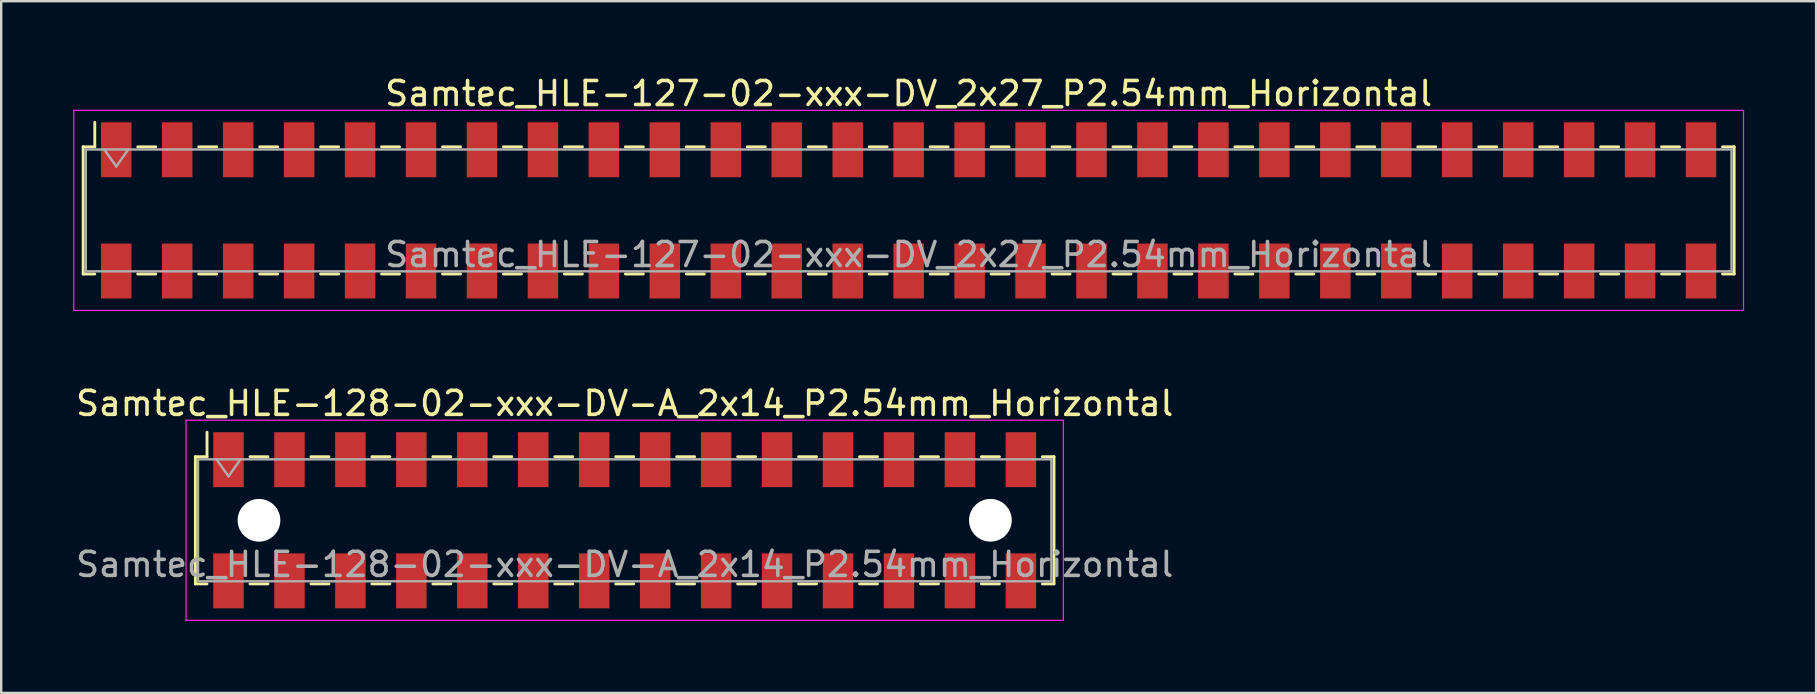
<source format=kicad_pcb>
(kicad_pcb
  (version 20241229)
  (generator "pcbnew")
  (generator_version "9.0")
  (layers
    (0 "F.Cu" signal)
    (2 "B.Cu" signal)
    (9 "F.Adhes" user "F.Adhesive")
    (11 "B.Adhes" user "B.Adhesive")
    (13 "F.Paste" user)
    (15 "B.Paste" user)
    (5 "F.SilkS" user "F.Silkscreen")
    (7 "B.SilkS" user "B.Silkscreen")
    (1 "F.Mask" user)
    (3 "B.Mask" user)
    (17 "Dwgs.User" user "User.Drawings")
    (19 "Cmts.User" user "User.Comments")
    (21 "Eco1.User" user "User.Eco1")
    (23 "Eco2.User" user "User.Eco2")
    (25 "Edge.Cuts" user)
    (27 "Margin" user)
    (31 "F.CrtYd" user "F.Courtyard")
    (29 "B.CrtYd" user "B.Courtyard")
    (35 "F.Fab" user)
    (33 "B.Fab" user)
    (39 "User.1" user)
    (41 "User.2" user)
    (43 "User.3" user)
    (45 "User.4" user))
  (footprint "Samtec_HLE-127-02-xxx-DV_2x27_P2.54mm_Horizontal"
    (layer "F.Cu")
    (at 34.815 5.718)
    (property "Reference" "Samtec_HLE-127-02-xxx-DV_2x27_P2.54mm_Horizontal" (at 0 -4.87 0) (layer "F.SilkS") (effects (font (size 1 1) (thickness 0.15))))
    (attr smd)
    (fp_line (start -34.4 -2.65) (end -34.4 2.65) (stroke (width 0.12) (type solid)) (layer "F.SilkS"))
    (fp_line (start -34.4 2.65) (end -33.915 2.65) (stroke (width 0.12) (type solid)) (layer "F.SilkS"))
    (fp_line (start -33.915 -3.67) (end -33.915 -2.65) (stroke (width 0.12) (type solid)) (layer "F.SilkS"))
    (fp_line (start -33.915 -2.65) (end -34.4 -2.65) (stroke (width 0.12) (type solid)) (layer "F.SilkS"))
    (fp_line (start -32.125 -2.65) (end -31.375 -2.65) (stroke (width 0.12) (type solid)) (layer "F.SilkS"))
    (fp_line (start -32.125 2.65) (end -31.375 2.65) (stroke (width 0.12) (type solid)) (layer "F.SilkS"))
    (fp_line (start -29.585 -2.65) (end -28.835 -2.65) (stroke (width 0.12) (type solid)) (layer "F.SilkS"))
    (fp_line (start -29.585 2.65) (end -28.835 2.65) (stroke (width 0.12) (type solid)) (layer "F.SilkS"))
    (fp_line (start -27.045 -2.65) (end -26.295 -2.65) (stroke (width 0.12) (type solid)) (layer "F.SilkS"))
    (fp_line (start -27.045 2.65) (end -26.295 2.65) (stroke (width 0.12) (type solid)) (layer "F.SilkS"))
    (fp_line (start -24.505 -2.65) (end -23.755 -2.65) (stroke (width 0.12) (type solid)) (layer "F.SilkS"))
    (fp_line (start -24.505 2.65) (end -23.755 2.65) (stroke (width 0.12) (type solid)) (layer "F.SilkS"))
    (fp_line (start -21.965 -2.65) (end -21.215 -2.65) (stroke (width 0.12) (type solid)) (layer "F.SilkS"))
    (fp_line (start -21.965 2.65) (end -21.215 2.65) (stroke (width 0.12) (type solid)) (layer "F.SilkS"))
    (fp_line (start -19.425 -2.65) (end -18.675 -2.65) (stroke (width 0.12) (type solid)) (layer "F.SilkS"))
    (fp_line (start -19.425 2.65) (end -18.675 2.65) (stroke (width 0.12) (type solid)) (layer "F.SilkS"))
    (fp_line (start -16.885 -2.65) (end -16.135 -2.65) (stroke (width 0.12) (type solid)) (layer "F.SilkS"))
    (fp_line (start -16.885 2.65) (end -16.135 2.65) (stroke (width 0.12) (type solid)) (layer "F.SilkS"))
    (fp_line (start -14.345 -2.65) (end -13.595 -2.65) (stroke (width 0.12) (type solid)) (layer "F.SilkS"))
    (fp_line (start -14.345 2.65) (end -13.595 2.65) (stroke (width 0.12) (type solid)) (layer "F.SilkS"))
    (fp_line (start -11.805 -2.65) (end -11.055 -2.65) (stroke (width 0.12) (type solid)) (layer "F.SilkS"))
    (fp_line (start -11.805 2.65) (end -11.055 2.65) (stroke (width 0.12) (type solid)) (layer "F.SilkS"))
    (fp_line (start -9.265 -2.65) (end -8.515 -2.65) (stroke (width 0.12) (type solid)) (layer "F.SilkS"))
    (fp_line (start -9.265 2.65) (end -8.515 2.65) (stroke (width 0.12) (type solid)) (layer "F.SilkS"))
    (fp_line (start -6.725 -2.65) (end -5.975 -2.65) (stroke (width 0.12) (type solid)) (layer "F.SilkS"))
    (fp_line (start -6.725 2.65) (end -5.975 2.65) (stroke (width 0.12) (type solid)) (layer "F.SilkS"))
    (fp_line (start -4.185 -2.65) (end -3.435 -2.65) (stroke (width 0.12) (type solid)) (layer "F.SilkS"))
    (fp_line (start -4.185 2.65) (end -3.435 2.65) (stroke (width 0.12) (type solid)) (layer "F.SilkS"))
    (fp_line (start -1.645 -2.65) (end -0.895 -2.65) (stroke (width 0.12) (type solid)) (layer "F.SilkS"))
    (fp_line (start -1.645 2.65) (end -0.895 2.65) (stroke (width 0.12) (type solid)) (layer "F.SilkS"))
    (fp_line (start 0.895 -2.65) (end 1.645 -2.65) (stroke (width 0.12) (type solid)) (layer "F.SilkS"))
    (fp_line (start 0.895 2.65) (end 1.645 2.65) (stroke (width 0.12) (type solid)) (layer "F.SilkS"))
    (fp_line (start 3.435 -2.65) (end 4.185 -2.65) (stroke (width 0.12) (type solid)) (layer "F.SilkS"))
    (fp_line (start 3.435 2.65) (end 4.185 2.65) (stroke (width 0.12) (type solid)) (layer "F.SilkS"))
    (fp_line (start 5.975 -2.65) (end 6.725 -2.65) (stroke (width 0.12) (type solid)) (layer "F.SilkS"))
    (fp_line (start 5.975 2.65) (end 6.725 2.65) (stroke (width 0.12) (type solid)) (layer "F.SilkS"))
    (fp_line (start 8.515 -2.65) (end 9.265 -2.65) (stroke (width 0.12) (type solid)) (layer "F.SilkS"))
    (fp_line (start 8.515 2.65) (end 9.265 2.65) (stroke (width 0.12) (type solid)) (layer "F.SilkS"))
    (fp_line (start 11.055 -2.65) (end 11.805 -2.65) (stroke (width 0.12) (type solid)) (layer "F.SilkS"))
    (fp_line (start 11.055 2.65) (end 11.805 2.65) (stroke (width 0.12) (type solid)) (layer "F.SilkS"))
    (fp_line (start 13.595 -2.65) (end 14.345 -2.65) (stroke (width 0.12) (type solid)) (layer "F.SilkS"))
    (fp_line (start 13.595 2.65) (end 14.345 2.65) (stroke (width 0.12) (type solid)) (layer "F.SilkS"))
    (fp_line (start 16.135 -2.65) (end 16.885 -2.65) (stroke (width 0.12) (type solid)) (layer "F.SilkS"))
    (fp_line (start 16.135 2.65) (end 16.885 2.65) (stroke (width 0.12) (type solid)) (layer "F.SilkS"))
    (fp_line (start 18.675 -2.65) (end 19.425 -2.65) (stroke (width 0.12) (type solid)) (layer "F.SilkS"))
    (fp_line (start 18.675 2.65) (end 19.425 2.65) (stroke (width 0.12) (type solid)) (layer "F.SilkS"))
    (fp_line (start 21.215 -2.65) (end 21.965 -2.65) (stroke (width 0.12) (type solid)) (layer "F.SilkS"))
    (fp_line (start 21.215 2.65) (end 21.965 2.65) (stroke (width 0.12) (type solid)) (layer "F.SilkS"))
    (fp_line (start 23.755 -2.65) (end 24.505 -2.65) (stroke (width 0.12) (type solid)) (layer "F.SilkS"))
    (fp_line (start 23.755 2.65) (end 24.505 2.65) (stroke (width 0.12) (type solid)) (layer "F.SilkS"))
    (fp_line (start 26.295 -2.65) (end 27.045 -2.65) (stroke (width 0.12) (type solid)) (layer "F.SilkS"))
    (fp_line (start 26.295 2.65) (end 27.045 2.65) (stroke (width 0.12) (type solid)) (layer "F.SilkS"))
    (fp_line (start 28.835 -2.65) (end 29.585 -2.65) (stroke (width 0.12) (type solid)) (layer "F.SilkS"))
    (fp_line (start 28.835 2.65) (end 29.585 2.65) (stroke (width 0.12) (type solid)) (layer "F.SilkS"))
    (fp_line (start 31.375 -2.65) (end 32.125 -2.65) (stroke (width 0.12) (type solid)) (layer "F.SilkS"))
    (fp_line (start 31.375 2.65) (end 32.125 2.65) (stroke (width 0.12) (type solid)) (layer "F.SilkS"))
    (fp_line (start 33.915 -2.65) (end 34.4 -2.65) (stroke (width 0.12) (type solid)) (layer "F.SilkS"))
    (fp_line (start 34.4 -2.65) (end 34.4 2.65) (stroke (width 0.12) (type solid)) (layer "F.SilkS"))
    (fp_line (start 34.4 2.65) (end 33.915 2.65) (stroke (width 0.12) (type solid)) (layer "F.SilkS"))
    (fp_line (start -34.79 -4.17) (end 34.79 -4.17) (stroke (width 0.05) (type solid)) (layer "F.CrtYd"))
    (fp_line (start -34.79 4.17) (end -34.79 -4.17) (stroke (width 0.05) (type solid)) (layer "F.CrtYd"))
    (fp_line (start 34.79 -4.17) (end 34.79 4.17) (stroke (width 0.05) (type solid)) (layer "F.CrtYd"))
    (fp_line (start 34.79 4.17) (end -34.79 4.17) (stroke (width 0.05) (type solid)) (layer "F.CrtYd"))
    (fp_line (start -34.29 -2.54) (end 34.29 -2.54) (stroke (width 0.1) (type solid)) (layer "F.Fab"))
    (fp_line (start -34.29 2.54) (end -34.29 -2.54) (stroke (width 0.1) (type solid)) (layer "F.Fab"))
    (fp_line (start -33.52 -2.54) (end -33.02 -1.833) (stroke (width 0.1) (type solid)) (layer "F.Fab"))
    (fp_line (start -33.02 -1.833) (end -32.52 -2.54) (stroke (width 0.1) (type solid)) (layer "F.Fab"))
    (fp_line (start 34.29 -2.54) (end 34.29 2.54) (stroke (width 0.1) (type solid)) (layer "F.Fab"))
    (fp_line (start 34.29 2.54) (end -34.29 2.54) (stroke (width 0.1) (type solid)) (layer "F.Fab"))
    (fp_text user "${REFERENCE}" (at 0 1.84 0) (layer "F.Fab") (effects (font (size 1 1) (thickness 0.15))))
    (pad "1" smd rect (at -33.02 -2.525) (size 1.27 2.29) (layers "F.Cu" "F.Mask" "F.Paste"))
    (pad "2" smd rect (at -33.02 2.525) (size 1.27 2.29) (layers "F.Cu" "F.Mask" "F.Paste"))
    (pad "3" smd rect (at -30.48 -2.525) (size 1.27 2.29) (layers "F.Cu" "F.Mask" "F.Paste"))
    (pad "4" smd rect (at -30.48 2.525) (size 1.27 2.29) (layers "F.Cu" "F.Mask" "F.Paste"))
    (pad "5" smd rect (at -27.94 -2.525) (size 1.27 2.29) (layers "F.Cu" "F.Mask" "F.Paste"))
    (pad "6" smd rect (at -27.94 2.525) (size 1.27 2.29) (layers "F.Cu" "F.Mask" "F.Paste"))
    (pad "7" smd rect (at -25.4 -2.525) (size 1.27 2.29) (layers "F.Cu" "F.Mask" "F.Paste"))
    (pad "8" smd rect (at -25.4 2.525) (size 1.27 2.29) (layers "F.Cu" "F.Mask" "F.Paste"))
    (pad "9" smd rect (at -22.86 -2.525) (size 1.27 2.29) (layers "F.Cu" "F.Mask" "F.Paste"))
    (pad "10" smd rect (at -22.86 2.525) (size 1.27 2.29) (layers "F.Cu" "F.Mask" "F.Paste"))
    (pad "11" smd rect (at -20.32 -2.525) (size 1.27 2.29) (layers "F.Cu" "F.Mask" "F.Paste"))
    (pad "12" smd rect (at -20.32 2.525) (size 1.27 2.29) (layers "F.Cu" "F.Mask" "F.Paste"))
    (pad "13" smd rect (at -17.78 -2.525) (size 1.27 2.29) (layers "F.Cu" "F.Mask" "F.Paste"))
    (pad "14" smd rect (at -17.78 2.525) (size 1.27 2.29) (layers "F.Cu" "F.Mask" "F.Paste"))
    (pad "15" smd rect (at -15.24 -2.525) (size 1.27 2.29) (layers "F.Cu" "F.Mask" "F.Paste"))
    (pad "16" smd rect (at -15.24 2.525) (size 1.27 2.29) (layers "F.Cu" "F.Mask" "F.Paste"))
    (pad "17" smd rect (at -12.7 -2.525) (size 1.27 2.29) (layers "F.Cu" "F.Mask" "F.Paste"))
    (pad "18" smd rect (at -12.7 2.525) (size 1.27 2.29) (layers "F.Cu" "F.Mask" "F.Paste"))
    (pad "19" smd rect (at -10.16 -2.525) (size 1.27 2.29) (layers "F.Cu" "F.Mask" "F.Paste"))
    (pad "20" smd rect (at -10.16 2.525) (size 1.27 2.29) (layers "F.Cu" "F.Mask" "F.Paste"))
    (pad "21" smd rect (at -7.62 -2.525) (size 1.27 2.29) (layers "F.Cu" "F.Mask" "F.Paste"))
    (pad "22" smd rect (at -7.62 2.525) (size 1.27 2.29) (layers "F.Cu" "F.Mask" "F.Paste"))
    (pad "23" smd rect (at -5.08 -2.525) (size 1.27 2.29) (layers "F.Cu" "F.Mask" "F.Paste"))
    (pad "24" smd rect (at -5.08 2.525) (size 1.27 2.29) (layers "F.Cu" "F.Mask" "F.Paste"))
    (pad "25" smd rect (at -2.54 -2.525) (size 1.27 2.29) (layers "F.Cu" "F.Mask" "F.Paste"))
    (pad "26" smd rect (at -2.54 2.525) (size 1.27 2.29) (layers "F.Cu" "F.Mask" "F.Paste"))
    (pad "27" smd rect (at 0 -2.525) (size 1.27 2.29) (layers "F.Cu" "F.Mask" "F.Paste"))
    (pad "28" smd rect (at 0 2.525) (size 1.27 2.29) (layers "F.Cu" "F.Mask" "F.Paste"))
    (pad "29" smd rect (at 2.54 -2.525) (size 1.27 2.29) (layers "F.Cu" "F.Mask" "F.Paste"))
    (pad "30" smd rect (at 2.54 2.525) (size 1.27 2.29) (layers "F.Cu" "F.Mask" "F.Paste"))
    (pad "31" smd rect (at 5.08 -2.525) (size 1.27 2.29) (layers "F.Cu" "F.Mask" "F.Paste"))
    (pad "32" smd rect (at 5.08 2.525) (size 1.27 2.29) (layers "F.Cu" "F.Mask" "F.Paste"))
    (pad "33" smd rect (at 7.62 -2.525) (size 1.27 2.29) (layers "F.Cu" "F.Mask" "F.Paste"))
    (pad "34" smd rect (at 7.62 2.525) (size 1.27 2.29) (layers "F.Cu" "F.Mask" "F.Paste"))
    (pad "35" smd rect (at 10.16 -2.525) (size 1.27 2.29) (layers "F.Cu" "F.Mask" "F.Paste"))
    (pad "36" smd rect (at 10.16 2.525) (size 1.27 2.29) (layers "F.Cu" "F.Mask" "F.Paste"))
    (pad "37" smd rect (at 12.7 -2.525) (size 1.27 2.29) (layers "F.Cu" "F.Mask" "F.Paste"))
    (pad "38" smd rect (at 12.7 2.525) (size 1.27 2.29) (layers "F.Cu" "F.Mask" "F.Paste"))
    (pad "39" smd rect (at 15.24 -2.525) (size 1.27 2.29) (layers "F.Cu" "F.Mask" "F.Paste"))
    (pad "40" smd rect (at 15.24 2.525) (size 1.27 2.29) (layers "F.Cu" "F.Mask" "F.Paste"))
    (pad "41" smd rect (at 17.78 -2.525) (size 1.27 2.29) (layers "F.Cu" "F.Mask" "F.Paste"))
    (pad "42" smd rect (at 17.78 2.525) (size 1.27 2.29) (layers "F.Cu" "F.Mask" "F.Paste"))
    (pad "43" smd rect (at 20.32 -2.525) (size 1.27 2.29) (layers "F.Cu" "F.Mask" "F.Paste"))
    (pad "44" smd rect (at 20.32 2.525) (size 1.27 2.29) (layers "F.Cu" "F.Mask" "F.Paste"))
    (pad "45" smd rect (at 22.86 -2.525) (size 1.27 2.29) (layers "F.Cu" "F.Mask" "F.Paste"))
    (pad "46" smd rect (at 22.86 2.525) (size 1.27 2.29) (layers "F.Cu" "F.Mask" "F.Paste"))
    (pad "47" smd rect (at 25.4 -2.525) (size 1.27 2.29) (layers "F.Cu" "F.Mask" "F.Paste"))
    (pad "48" smd rect (at 25.4 2.525) (size 1.27 2.29) (layers "F.Cu" "F.Mask" "F.Paste"))
    (pad "49" smd rect (at 27.94 -2.525) (size 1.27 2.29) (layers "F.Cu" "F.Mask" "F.Paste"))
    (pad "50" smd rect (at 27.94 2.525) (size 1.27 2.29) (layers "F.Cu" "F.Mask" "F.Paste"))
    (pad "51" smd rect (at 30.48 -2.525) (size 1.27 2.29) (layers "F.Cu" "F.Mask" "F.Paste"))
    (pad "52" smd rect (at 30.48 2.525) (size 1.27 2.29) (layers "F.Cu" "F.Mask" "F.Paste"))
    (pad "53" smd rect (at 33.02 -2.525) (size 1.27 2.29) (layers "F.Cu" "F.Mask" "F.Paste"))
    (pad "54" smd rect (at 33.02 2.525) (size 1.27 2.29) (layers "F.Cu" "F.Mask" "F.Paste")))
  (footprint "Samtec_HLE-128-02-xxx-DV-A_2x14_P2.54mm_Horizontal"
    (layer "F.Cu")
    (at 22.982 18.631)
    (property "Reference" "Samtec_HLE-128-02-xxx-DV-A_2x14_P2.54mm_Horizontal" (at 0 -4.87 0) (layer "F.SilkS") (effects (font (size 1 1) (thickness 0.15))))
    (attr smd)
    (fp_line (start -17.89 -2.65) (end -17.89 2.65) (stroke (width 0.12) (type solid)) (layer "F.SilkS"))
    (fp_line (start -17.89 2.65) (end -17.405 2.65) (stroke (width 0.12) (type solid)) (layer "F.SilkS"))
    (fp_line (start -17.405 -3.67) (end -17.405 -2.65) (stroke (width 0.12) (type solid)) (layer "F.SilkS"))
    (fp_line (start -17.405 -2.65) (end -17.89 -2.65) (stroke (width 0.12) (type solid)) (layer "F.SilkS"))
    (fp_line (start -15.615 -2.65) (end -14.865 -2.65) (stroke (width 0.12) (type solid)) (layer "F.SilkS"))
    (fp_line (start -15.615 2.65) (end -14.865 2.65) (stroke (width 0.12) (type solid)) (layer "F.SilkS"))
    (fp_line (start -13.075 -2.65) (end -12.325 -2.65) (stroke (width 0.12) (type solid)) (layer "F.SilkS"))
    (fp_line (start -13.075 2.65) (end -12.325 2.65) (stroke (width 0.12) (type solid)) (layer "F.SilkS"))
    (fp_line (start -10.535 -2.65) (end -9.785 -2.65) (stroke (width 0.12) (type solid)) (layer "F.SilkS"))
    (fp_line (start -10.535 2.65) (end -9.785 2.65) (stroke (width 0.12) (type solid)) (layer "F.SilkS"))
    (fp_line (start -7.995 -2.65) (end -7.245 -2.65) (stroke (width 0.12) (type solid)) (layer "F.SilkS"))
    (fp_line (start -7.995 2.65) (end -7.245 2.65) (stroke (width 0.12) (type solid)) (layer "F.SilkS"))
    (fp_line (start -5.455 -2.65) (end -4.705 -2.65) (stroke (width 0.12) (type solid)) (layer "F.SilkS"))
    (fp_line (start -5.455 2.65) (end -4.705 2.65) (stroke (width 0.12) (type solid)) (layer "F.SilkS"))
    (fp_line (start -2.915 -2.65) (end -2.165 -2.65) (stroke (width 0.12) (type solid)) (layer "F.SilkS"))
    (fp_line (start -2.915 2.65) (end -2.165 2.65) (stroke (width 0.12) (type solid)) (layer "F.SilkS"))
    (fp_line (start -0.375 -2.65) (end 0.375 -2.65) (stroke (width 0.12) (type solid)) (layer "F.SilkS"))
    (fp_line (start -0.375 2.65) (end 0.375 2.65) (stroke (width 0.12) (type solid)) (layer "F.SilkS"))
    (fp_line (start 2.165 -2.65) (end 2.915 -2.65) (stroke (width 0.12) (type solid)) (layer "F.SilkS"))
    (fp_line (start 2.165 2.65) (end 2.915 2.65) (stroke (width 0.12) (type solid)) (layer "F.SilkS"))
    (fp_line (start 4.705 -2.65) (end 5.455 -2.65) (stroke (width 0.12) (type solid)) (layer "F.SilkS"))
    (fp_line (start 4.705 2.65) (end 5.455 2.65) (stroke (width 0.12) (type solid)) (layer "F.SilkS"))
    (fp_line (start 7.245 -2.65) (end 7.995 -2.65) (stroke (width 0.12) (type solid)) (layer "F.SilkS"))
    (fp_line (start 7.245 2.65) (end 7.995 2.65) (stroke (width 0.12) (type solid)) (layer "F.SilkS"))
    (fp_line (start 9.785 -2.65) (end 10.535 -2.65) (stroke (width 0.12) (type solid)) (layer "F.SilkS"))
    (fp_line (start 9.785 2.65) (end 10.535 2.65) (stroke (width 0.12) (type solid)) (layer "F.SilkS"))
    (fp_line (start 12.325 -2.65) (end 13.075 -2.65) (stroke (width 0.12) (type solid)) (layer "F.SilkS"))
    (fp_line (start 12.325 2.65) (end 13.075 2.65) (stroke (width 0.12) (type solid)) (layer "F.SilkS"))
    (fp_line (start 14.865 -2.65) (end 15.615 -2.65) (stroke (width 0.12) (type solid)) (layer "F.SilkS"))
    (fp_line (start 14.865 2.65) (end 15.615 2.65) (stroke (width 0.12) (type solid)) (layer "F.SilkS"))
    (fp_line (start 17.405 -2.65) (end 17.89 -2.65) (stroke (width 0.12) (type solid)) (layer "F.SilkS"))
    (fp_line (start 17.89 -2.65) (end 17.89 2.65) (stroke (width 0.12) (type solid)) (layer "F.SilkS"))
    (fp_line (start 17.89 2.65) (end 17.405 2.65) (stroke (width 0.12) (type solid)) (layer "F.SilkS"))
    (fp_line (start -18.28 -4.17) (end 18.28 -4.17) (stroke (width 0.05) (type solid)) (layer "F.CrtYd"))
    (fp_line (start -18.28 4.17) (end -18.28 -4.17) (stroke (width 0.05) (type solid)) (layer "F.CrtYd"))
    (fp_line (start 18.28 -4.17) (end 18.28 4.17) (stroke (width 0.05) (type solid)) (layer "F.CrtYd"))
    (fp_line (start 18.28 4.17) (end -18.28 4.17) (stroke (width 0.05) (type solid)) (layer "F.CrtYd"))
    (fp_line (start -17.78 -2.54) (end 17.78 -2.54) (stroke (width 0.1) (type solid)) (layer "F.Fab"))
    (fp_line (start -17.78 2.54) (end -17.78 -2.54) (stroke (width 0.1) (type solid)) (layer "F.Fab"))
    (fp_line (start -17.01 -2.54) (end -16.51 -1.833) (stroke (width 0.1) (type solid)) (layer "F.Fab"))
    (fp_line (start -16.51 -1.833) (end -16.01 -2.54) (stroke (width 0.1) (type solid)) (layer "F.Fab"))
    (fp_line (start 17.78 -2.54) (end 17.78 2.54) (stroke (width 0.1) (type solid)) (layer "F.Fab"))
    (fp_line (start 17.78 2.54) (end -17.78 2.54) (stroke (width 0.1) (type solid)) (layer "F.Fab"))
    (fp_text user "${REFERENCE}" (at 0 1.84 0) (layer "F.Fab") (effects (font (size 1 1) (thickness 0.15))))
    (pad "" np_thru_hole circle (at -15.24 0) (size 1.78 1.78) (drill 1.78) (layers "*.Cu" "*.Mask"))
    (pad "" np_thru_hole circle (at 15.24 0) (size 1.78 1.78) (drill 1.78) (layers "*.Cu" "*.Mask"))
    (pad "1" smd rect (at -16.51 -2.525) (size 1.27 2.29) (layers "F.Cu" "F.Mask" "F.Paste"))
    (pad "2" smd rect (at -16.51 2.525) (size 1.27 2.29) (layers "F.Cu" "F.Mask" "F.Paste"))
    (pad "3" smd rect (at -13.97 -2.525) (size 1.27 2.29) (layers "F.Cu" "F.Mask" "F.Paste"))
    (pad "4" smd rect (at -13.97 2.525) (size 1.27 2.29) (layers "F.Cu" "F.Mask" "F.Paste"))
    (pad "5" smd rect (at -11.43 -2.525) (size 1.27 2.29) (layers "F.Cu" "F.Mask" "F.Paste"))
    (pad "6" smd rect (at -11.43 2.525) (size 1.27 2.29) (layers "F.Cu" "F.Mask" "F.Paste"))
    (pad "7" smd rect (at -8.89 -2.525) (size 1.27 2.29) (layers "F.Cu" "F.Mask" "F.Paste"))
    (pad "8" smd rect (at -8.89 2.525) (size 1.27 2.29) (layers "F.Cu" "F.Mask" "F.Paste"))
    (pad "9" smd rect (at -6.35 -2.525) (size 1.27 2.29) (layers "F.Cu" "F.Mask" "F.Paste"))
    (pad "10" smd rect (at -6.35 2.525) (size 1.27 2.29) (layers "F.Cu" "F.Mask" "F.Paste"))
    (pad "11" smd rect (at -3.81 -2.525) (size 1.27 2.29) (layers "F.Cu" "F.Mask" "F.Paste"))
    (pad "12" smd rect (at -3.81 2.525) (size 1.27 2.29) (layers "F.Cu" "F.Mask" "F.Paste"))
    (pad "13" smd rect (at -1.27 -2.525) (size 1.27 2.29) (layers "F.Cu" "F.Mask" "F.Paste"))
    (pad "14" smd rect (at -1.27 2.525) (size 1.27 2.29) (layers "F.Cu" "F.Mask" "F.Paste"))
    (pad "15" smd rect (at 1.27 -2.525) (size 1.27 2.29) (layers "F.Cu" "F.Mask" "F.Paste"))
    (pad "16" smd rect (at 1.27 2.525) (size 1.27 2.29) (layers "F.Cu" "F.Mask" "F.Paste"))
    (pad "17" smd rect (at 3.81 -2.525) (size 1.27 2.29) (layers "F.Cu" "F.Mask" "F.Paste"))
    (pad "18" smd rect (at 3.81 2.525) (size 1.27 2.29) (layers "F.Cu" "F.Mask" "F.Paste"))
    (pad "19" smd rect (at 6.35 -2.525) (size 1.27 2.29) (layers "F.Cu" "F.Mask" "F.Paste"))
    (pad "20" smd rect (at 6.35 2.525) (size 1.27 2.29) (layers "F.Cu" "F.Mask" "F.Paste"))
    (pad "21" smd rect (at 8.89 -2.525) (size 1.27 2.29) (layers "F.Cu" "F.Mask" "F.Paste"))
    (pad "22" smd rect (at 8.89 2.525) (size 1.27 2.29) (layers "F.Cu" "F.Mask" "F.Paste"))
    (pad "23" smd rect (at 11.43 -2.525) (size 1.27 2.29) (layers "F.Cu" "F.Mask" "F.Paste"))
    (pad "24" smd rect (at 11.43 2.525) (size 1.27 2.29) (layers "F.Cu" "F.Mask" "F.Paste"))
    (pad "25" smd rect (at 13.97 -2.525) (size 1.27 2.29) (layers "F.Cu" "F.Mask" "F.Paste"))
    (pad "26" smd rect (at 13.97 2.525) (size 1.27 2.29) (layers "F.Cu" "F.Mask" "F.Paste"))
    (pad "27" smd rect (at 16.51 -2.525) (size 1.27 2.29) (layers "F.Cu" "F.Mask" "F.Paste"))
    (pad "28" smd rect (at 16.51 2.525) (size 1.27 2.29) (layers "F.Cu" "F.Mask" "F.Paste")))
  (gr_rect
    (start -3 -3)
    (end 72.63 25.826)
    (stroke (width 0.1) (type default))
    (fill no)
    (layer "Edge.Cuts")))
</source>
